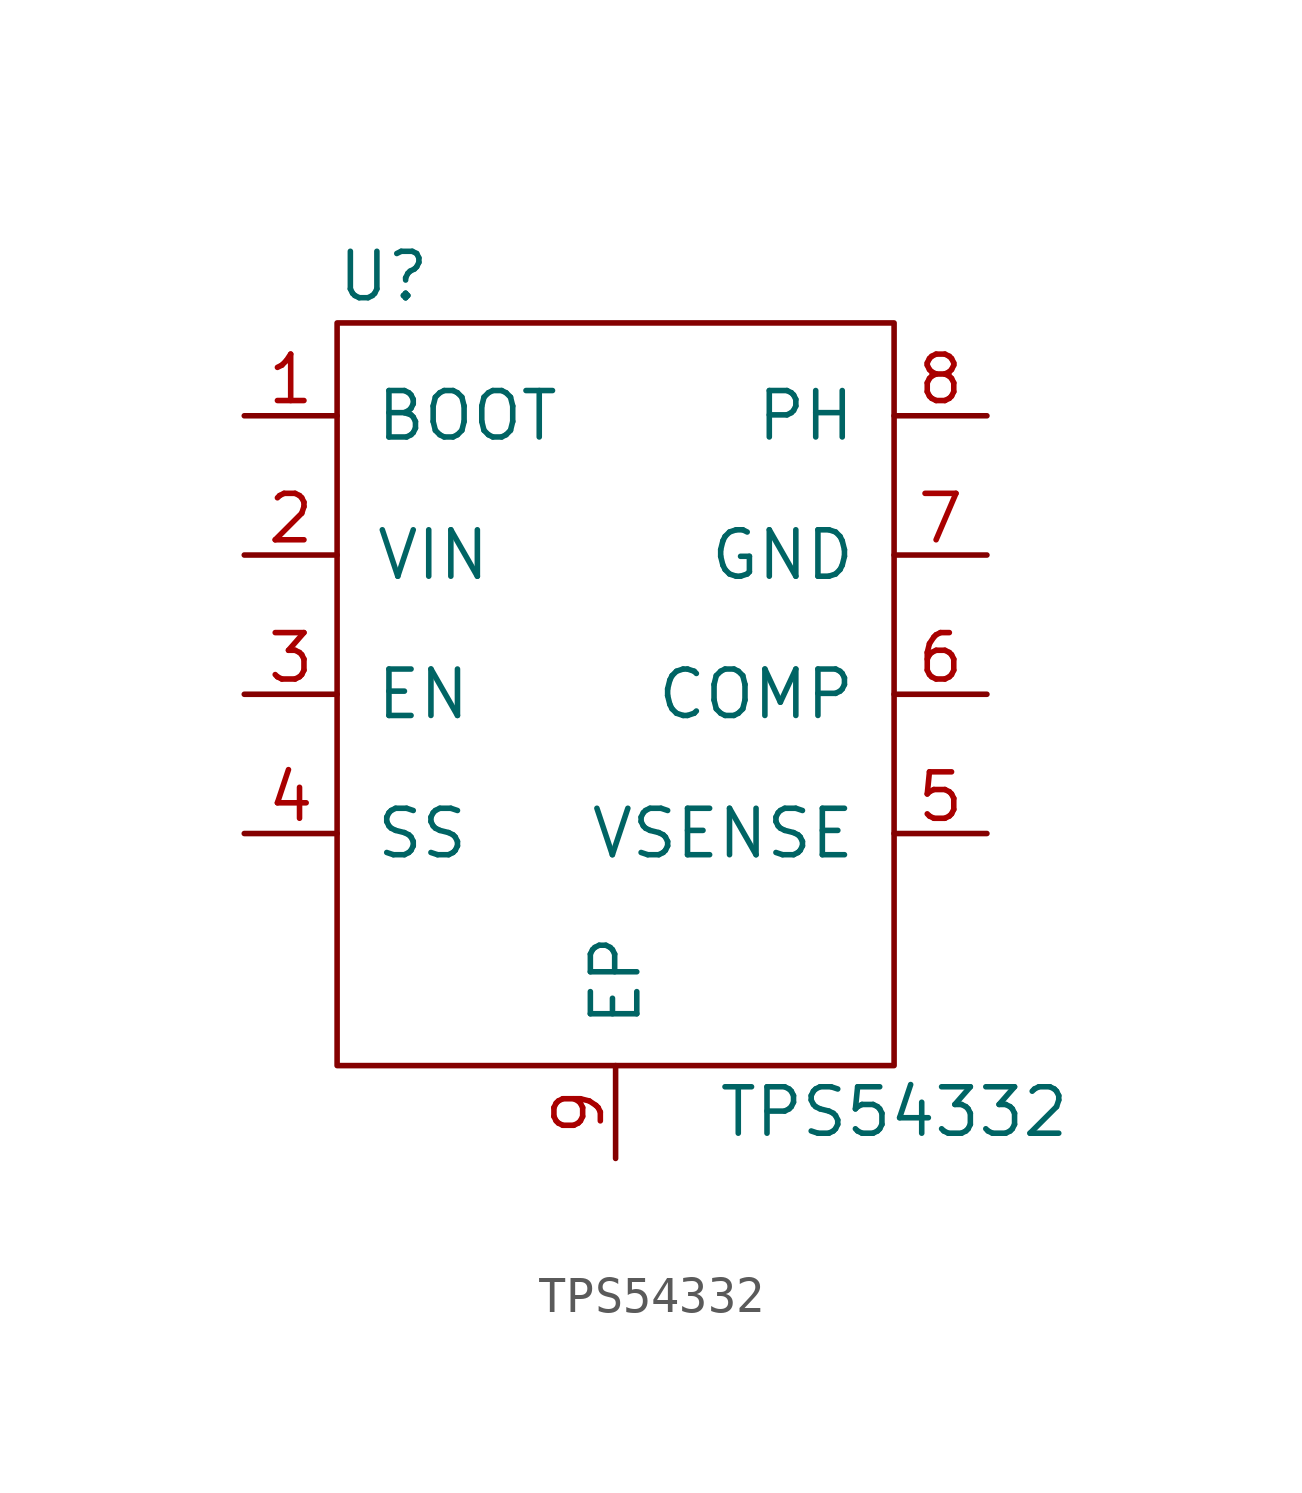
<source format=kicad_sym>
(kicad_symbol_lib
  (version 20211014)
  (generator kicad_symbol_editor)
  (symbol "TPS54332"
    (pin_names
      (offset 1.016))
    (property "Reference" "U"
      (at -6.35 13.97 0)
      (effects (font (size 1.27 1.27))))
    (property "Value" "TPS54332"
      (at 7.62 -8.89 0)
      (effects (font (size 1.27 1.27))))
    (symbol "TPS54332_0_1"
      (rectangle (start -7.62 12.7) (end 7.62 -7.62) (stroke (width 0) (type default) (color 0 0 0 0)) (fill (type none))))
    (symbol "TPS54332_1_1"
      (pin output line (at -10.16 10.16 0) (length 2.54) (name "BOOT" (effects (font (size 1.27 1.27)))) (number "1" (effects (font (size 1.27 1.27)))))
      (pin power_in line (at -10.16 6.35 0) (length 2.54) (name "VIN" (effects (font (size 1.27 1.27)))) (number "2" (effects (font (size 1.27 1.27)))))
      (pin input line (at -10.16 2.54 0) (length 2.54) (name "EN" (effects (font (size 1.27 1.27)))) (number "3" (effects (font (size 1.27 1.27)))))
      (pin input line (at -10.16 -1.27 0) (length 2.54) (name "SS" (effects (font (size 1.27 1.27)))) (number "4" (effects (font (size 1.27 1.27)))))
      (pin input line (at 10.16 -1.27 180) (length 2.54) (name "VSENSE" (effects (font (size 1.27 1.27)))) (number "5" (effects (font (size 1.27 1.27)))))
      (pin output line (at 10.16 2.54 180) (length 2.54) (name "COMP" (effects (font (size 1.27 1.27)))) (number "6" (effects (font (size 1.27 1.27)))))
      (pin passive line (at 10.16 6.35 180) (length 2.54) (name "GND" (effects (font (size 1.27 1.27)))) (number "7" (effects (font (size 1.27 1.27)))))
      (pin output line (at 10.16 10.16 180) (length 2.54) (name "PH" (effects (font (size 1.27 1.27)))) (number "8" (effects (font (size 1.27 1.27)))))
      (pin passive line (at 0 -10.16 90) (length 2.54) (name "EP" (effects (font (size 1.27 1.27)))) (number "9" (effects (font (size 1.27 1.27))))))))
</source>
